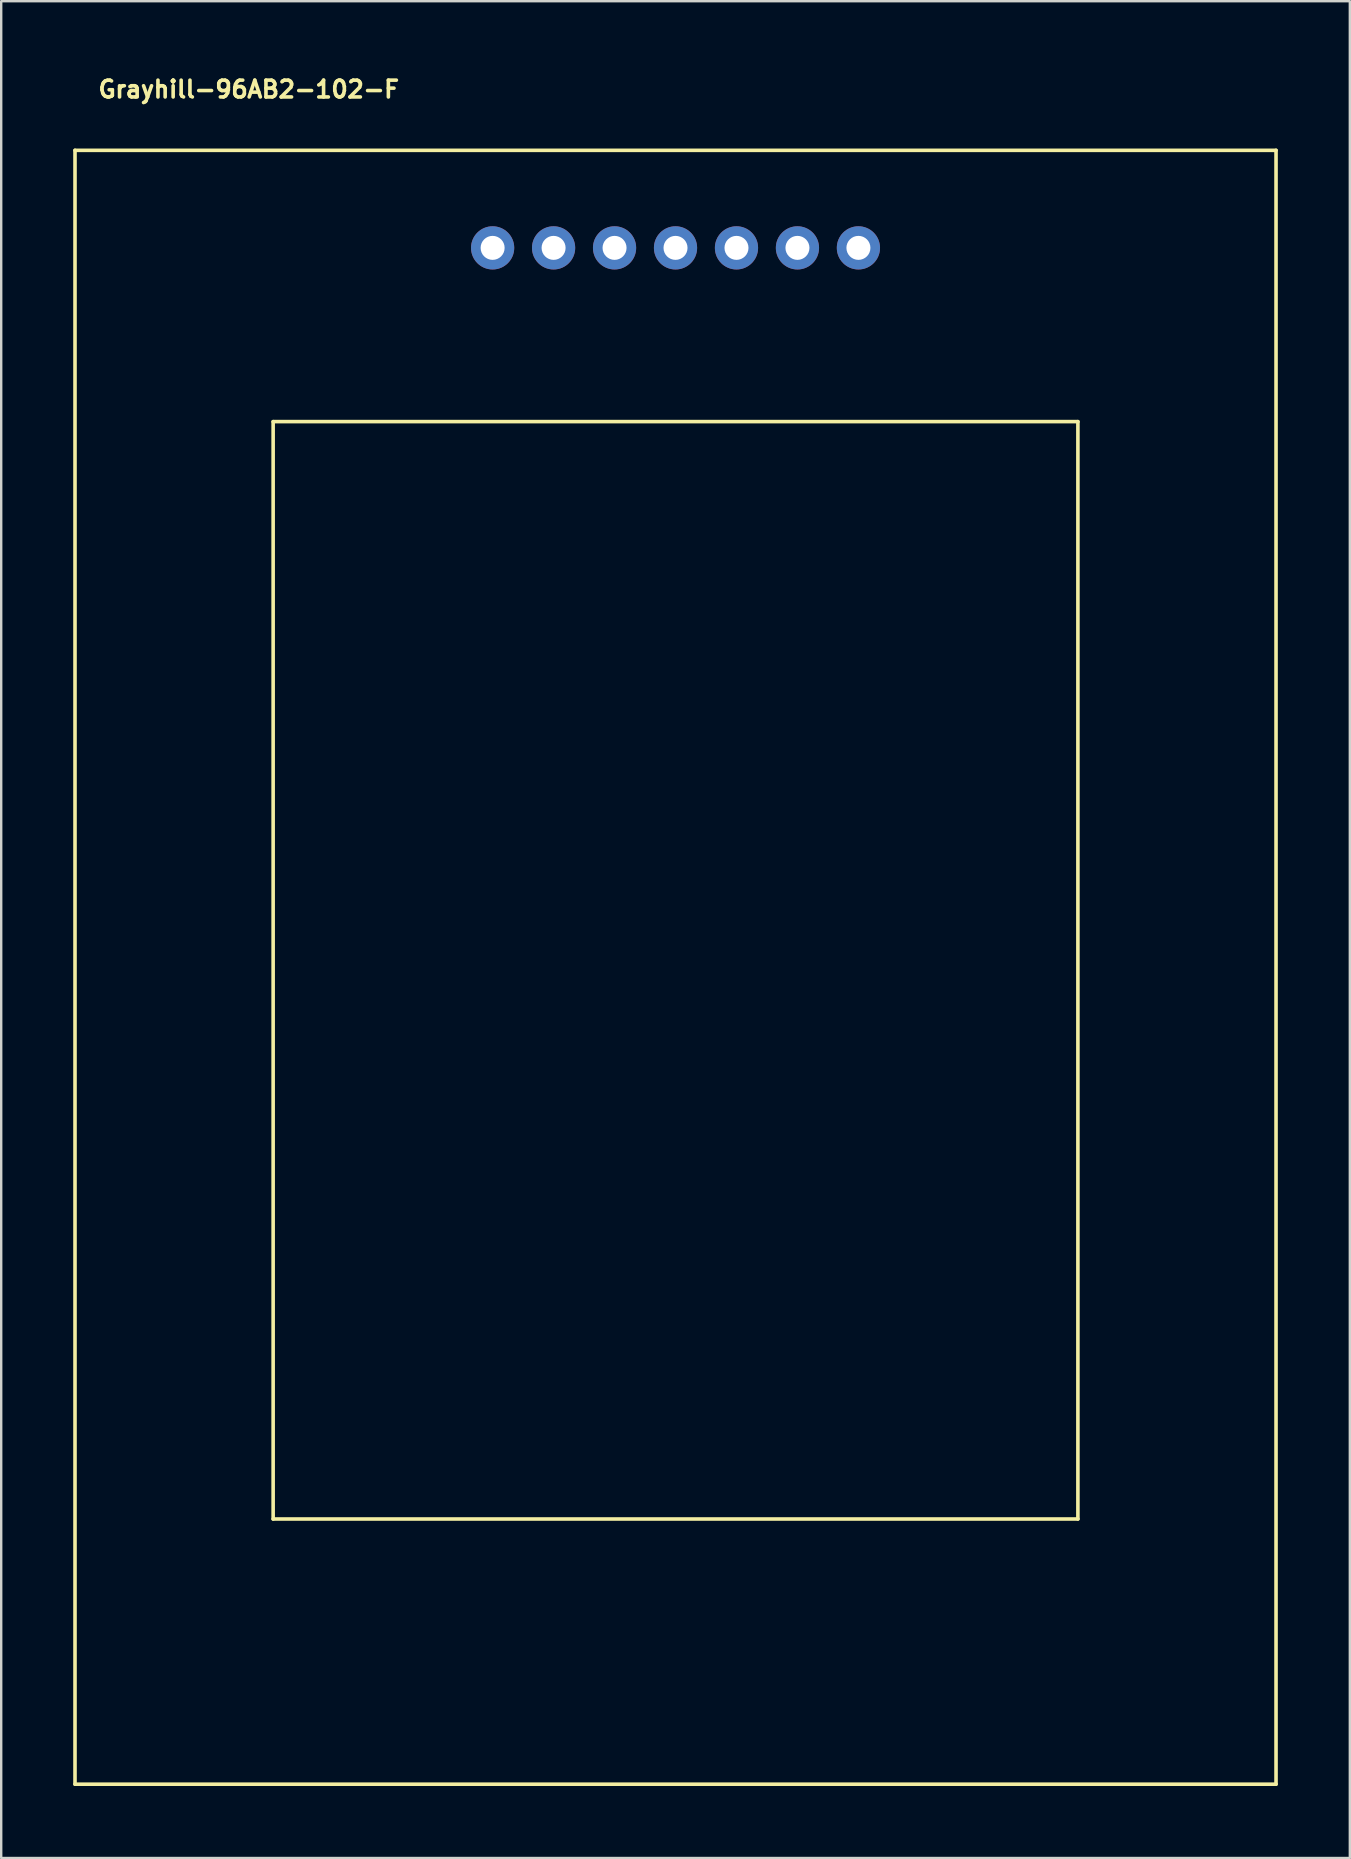
<source format=kicad_pcb>
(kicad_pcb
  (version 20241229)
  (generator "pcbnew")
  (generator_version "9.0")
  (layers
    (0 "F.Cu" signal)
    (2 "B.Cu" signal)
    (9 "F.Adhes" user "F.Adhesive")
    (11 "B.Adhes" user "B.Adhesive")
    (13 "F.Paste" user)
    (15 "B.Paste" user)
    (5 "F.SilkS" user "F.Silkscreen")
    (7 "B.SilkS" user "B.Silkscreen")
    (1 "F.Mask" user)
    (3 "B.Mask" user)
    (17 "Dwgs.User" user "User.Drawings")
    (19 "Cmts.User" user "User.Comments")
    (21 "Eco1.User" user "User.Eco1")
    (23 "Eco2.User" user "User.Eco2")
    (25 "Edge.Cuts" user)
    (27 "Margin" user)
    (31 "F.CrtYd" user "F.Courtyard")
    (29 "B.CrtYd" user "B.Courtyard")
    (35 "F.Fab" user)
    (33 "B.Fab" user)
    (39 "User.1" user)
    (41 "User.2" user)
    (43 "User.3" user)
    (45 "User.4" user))
  (footprint "Grayhill-96AB2-102-F"
    (layer "F.Cu")
    (at 25.094 38.265)
    (property "Reference" "Grayhill-96AB2-102-F" (at -17.78 -37.592 180) (layer "F.SilkS") (effects (font (size 0.7 0.7) (thickness 0.15))))
    (attr through_hole)
    (fp_line (start -25.019 -35.052) (end -25.019 33.02) (stroke (width 0.15) (type solid)) (layer "F.SilkS"))
    (fp_line (start -25.019 -35.052) (end 25.019 -35.052) (stroke (width 0.15) (type solid)) (layer "F.SilkS"))
    (fp_line (start -25.019 33.02) (end 25.019 33.02) (stroke (width 0.15) (type solid)) (layer "F.SilkS"))
    (fp_line (start -16.764 -23.749) (end 16.764 -23.749) (stroke (width 0.15) (type solid)) (layer "F.SilkS"))
    (fp_line (start -16.764 21.971) (end -16.764 -23.749) (stroke (width 0.15) (type solid)) (layer "F.SilkS"))
    (fp_line (start 16.764 21.971) (end -16.764 21.971) (stroke (width 0.15) (type solid)) (layer "F.SilkS"))
    (fp_line (start 16.764 21.971) (end 16.764 -23.749) (stroke (width 0.15) (type solid)) (layer "F.SilkS"))
    (fp_line (start 25.019 -35.052) (end 25.019 33.02) (stroke (width 0.15) (type solid)) (layer "F.SilkS"))
    (pad "1" thru_hole circle (at -7.62 -30.988) (size 1.8 1.8) (drill 1) (layers "*.Cu" "*.Mask"))
    (pad "2" thru_hole circle (at -5.08 -30.988) (size 1.8 1.8) (drill 1) (layers "*.Cu" "*.Mask"))
    (pad "3" thru_hole circle (at -2.54 -30.988) (size 1.8 1.8) (drill 1) (layers "*.Cu" "*.Mask"))
    (pad "4" thru_hole circle (at 0 -30.988) (size 1.8 1.8) (drill 1) (layers "*.Cu" "*.Mask"))
    (pad "5" thru_hole circle (at 2.54 -30.988) (size 1.8 1.8) (drill 1) (layers "*.Cu" "*.Mask"))
    (pad "6" thru_hole circle (at 5.08 -30.988) (size 1.8 1.8) (drill 1) (layers "*.Cu" "*.Mask"))
    (pad "7" thru_hole circle (at 7.62 -30.988) (size 1.8 1.8) (drill 1) (layers "*.Cu" "*.Mask")))
  (gr_rect
    (start -3 -3)
    (end 53.188 74.36)
    (stroke (width 0.1) (type default))
    (fill no)
    (layer "Edge.Cuts")))
</source>
